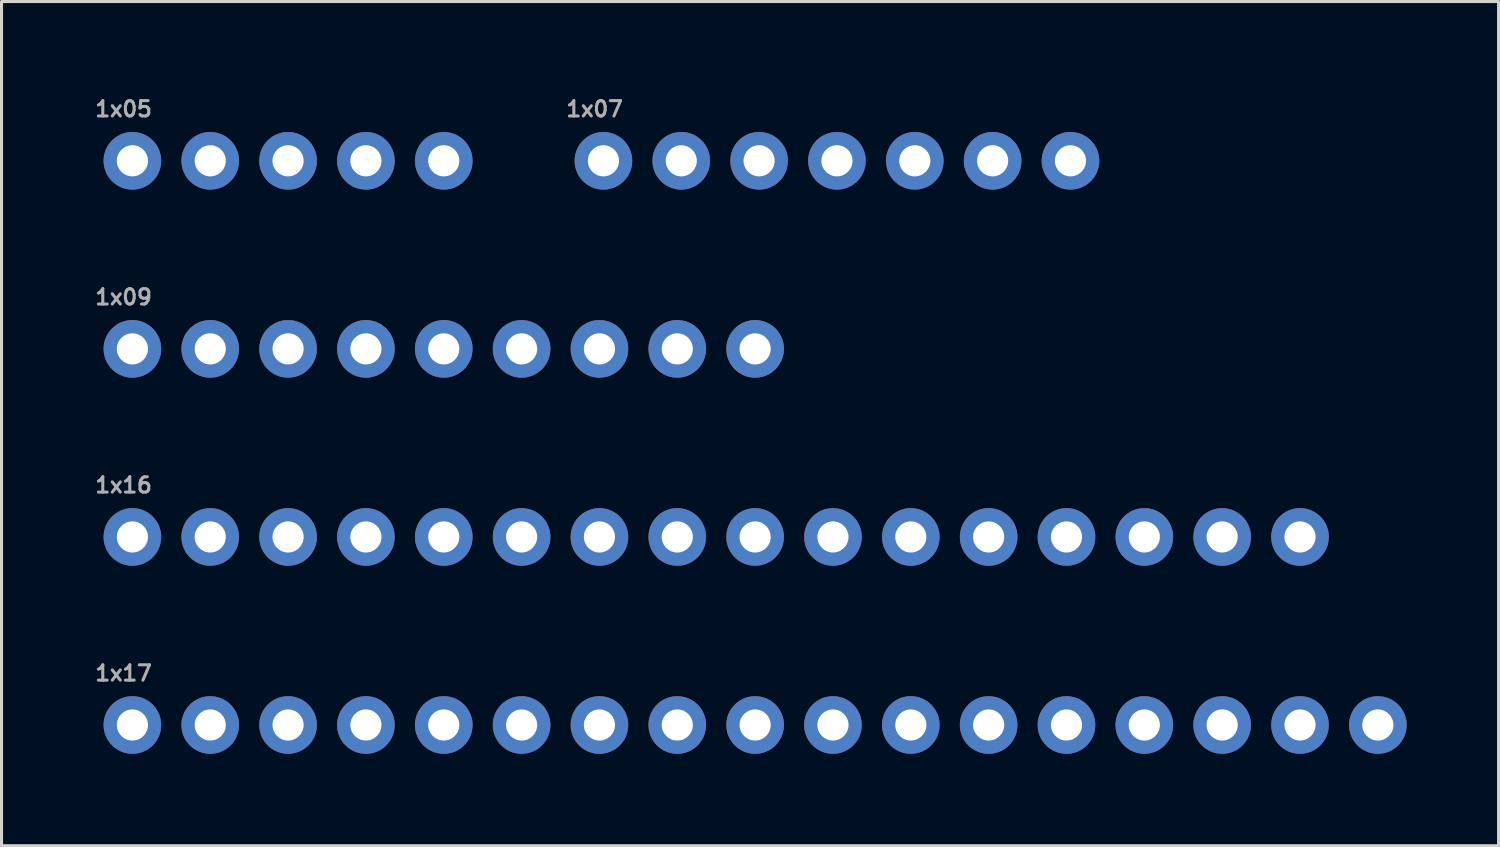
<source format=kicad_pcb>
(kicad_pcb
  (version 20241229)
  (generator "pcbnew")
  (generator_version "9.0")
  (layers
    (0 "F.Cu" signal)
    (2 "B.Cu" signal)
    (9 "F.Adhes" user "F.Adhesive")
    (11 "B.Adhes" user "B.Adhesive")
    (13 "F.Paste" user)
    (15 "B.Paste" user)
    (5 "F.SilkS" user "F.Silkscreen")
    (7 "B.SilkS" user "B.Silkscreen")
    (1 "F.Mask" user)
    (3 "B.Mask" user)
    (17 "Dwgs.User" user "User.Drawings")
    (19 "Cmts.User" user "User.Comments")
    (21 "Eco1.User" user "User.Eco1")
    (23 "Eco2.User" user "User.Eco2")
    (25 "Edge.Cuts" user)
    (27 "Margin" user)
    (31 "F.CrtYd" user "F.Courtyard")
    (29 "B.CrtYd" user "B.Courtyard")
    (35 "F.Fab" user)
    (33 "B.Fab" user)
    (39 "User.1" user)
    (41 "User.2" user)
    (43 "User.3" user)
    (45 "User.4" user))
  (footprint "1x16"
    (layer "F.Cu")
    (at 1.27 14.471)
    (property "Reference" "1x16" (at -1.27 -1.397 0) (layer "F.Fab") (effects (font (size 0.5 0.5) (thickness 0.1)) (justify left bottom)))
    (fp_poly (pts (xy -0.254 0.254) (xy 0.254 0.254) (xy 0.254 -0.254) (xy -0.254 -0.254)) (stroke (width 0.1) (type default)) (fill no) (layer "F.Fab"))
    (fp_poly (pts (xy 2.286 0.254) (xy 2.794 0.254) (xy 2.794 -0.254) (xy 2.286 -0.254)) (stroke (width 0.1) (type default)) (fill no) (layer "F.Fab"))
    (fp_poly (pts (xy 4.826 0.254) (xy 5.334 0.254) (xy 5.334 -0.254) (xy 4.826 -0.254)) (stroke (width 0.1) (type default)) (fill no) (layer "F.Fab"))
    (fp_poly (pts (xy 7.366 0.254) (xy 7.874 0.254) (xy 7.874 -0.254) (xy 7.366 -0.254)) (stroke (width 0.1) (type default)) (fill no) (layer "F.Fab"))
    (fp_poly (pts (xy 9.906 0.254) (xy 10.414 0.254) (xy 10.414 -0.254) (xy 9.906 -0.254)) (stroke (width 0.1) (type default)) (fill no) (layer "F.Fab"))
    (fp_poly (pts (xy 12.446 0.254) (xy 12.954 0.254) (xy 12.954 -0.254) (xy 12.446 -0.254)) (stroke (width 0.1) (type default)) (fill no) (layer "F.Fab"))
    (fp_poly (pts (xy 14.986 0.254) (xy 15.494 0.254) (xy 15.494 -0.254) (xy 14.986 -0.254)) (stroke (width 0.1) (type default)) (fill no) (layer "F.Fab"))
    (fp_poly (pts (xy 17.526 0.254) (xy 18.034 0.254) (xy 18.034 -0.254) (xy 17.526 -0.254)) (stroke (width 0.1) (type default)) (fill no) (layer "F.Fab"))
    (fp_poly (pts (xy 20.066 0.254) (xy 20.574 0.254) (xy 20.574 -0.254) (xy 20.066 -0.254)) (stroke (width 0.1) (type default)) (fill no) (layer "F.Fab"))
    (fp_poly (pts (xy 22.606 0.254) (xy 23.114 0.254) (xy 23.114 -0.254) (xy 22.606 -0.254)) (stroke (width 0.1) (type default)) (fill no) (layer "F.Fab"))
    (fp_poly (pts (xy 25.146 0.254) (xy 25.654 0.254) (xy 25.654 -0.254) (xy 25.146 -0.254)) (stroke (width 0.1) (type default)) (fill no) (layer "F.Fab"))
    (fp_poly (pts (xy 27.686 0.254) (xy 28.194 0.254) (xy 28.194 -0.254) (xy 27.686 -0.254)) (stroke (width 0.1) (type default)) (fill no) (layer "F.Fab"))
    (fp_poly (pts (xy 30.226 0.254) (xy 30.734 0.254) (xy 30.734 -0.254) (xy 30.226 -0.254)) (stroke (width 0.1) (type default)) (fill no) (layer "F.Fab"))
    (fp_poly (pts (xy 32.766 0.254) (xy 33.274 0.254) (xy 33.274 -0.254) (xy 32.766 -0.254)) (stroke (width 0.1) (type default)) (fill no) (layer "F.Fab"))
    (fp_poly (pts (xy 35.306 0.254) (xy 35.814 0.254) (xy 35.814 -0.254) (xy 35.306 -0.254)) (stroke (width 0.1) (type default)) (fill no) (layer "F.Fab"))
    (fp_poly (pts (xy 37.846 0.254) (xy 38.354 0.254) (xy 38.354 -0.254) (xy 37.846 -0.254)) (stroke (width 0.1) (type default)) (fill no) (layer "F.Fab"))
    (pad "1" thru_hole circle (at 0 0 90) (size 1.88 1.88) (drill 1.016) (layers "*.Cu" "*.Mask"))
    (pad "2" thru_hole circle (at 2.54 0 90) (size 1.88 1.88) (drill 1.016) (layers "*.Cu" "*.Mask"))
    (pad "3" thru_hole circle (at 5.08 0 90) (size 1.88 1.88) (drill 1.016) (layers "*.Cu" "*.Mask"))
    (pad "4" thru_hole circle (at 7.62 0 90) (size 1.88 1.88) (drill 1.016) (layers "*.Cu" "*.Mask"))
    (pad "5" thru_hole circle (at 10.16 0 90) (size 1.88 1.88) (drill 1.016) (layers "*.Cu" "*.Mask"))
    (pad "6" thru_hole circle (at 12.7 0 90) (size 1.88 1.88) (drill 1.016) (layers "*.Cu" "*.Mask"))
    (pad "7" thru_hole circle (at 15.24 0 90) (size 1.88 1.88) (drill 1.016) (layers "*.Cu" "*.Mask"))
    (pad "8" thru_hole circle (at 17.78 0 90) (size 1.88 1.88) (drill 1.016) (layers "*.Cu" "*.Mask"))
    (pad "9" thru_hole circle (at 20.32 0 90) (size 1.88 1.88) (drill 1.016) (layers "*.Cu" "*.Mask"))
    (pad "10" thru_hole circle (at 22.86 0 90) (size 1.88 1.88) (drill 1.016) (layers "*.Cu" "*.Mask"))
    (pad "11" thru_hole circle (at 25.4 0 90) (size 1.88 1.88) (drill 1.016) (layers "*.Cu" "*.Mask"))
    (pad "12" thru_hole circle (at 27.94 0 90) (size 1.88 1.88) (drill 1.016) (layers "*.Cu" "*.Mask"))
    (pad "13" thru_hole circle (at 30.48 0 90) (size 1.88 1.88) (drill 1.016) (layers "*.Cu" "*.Mask"))
    (pad "14" thru_hole circle (at 33.02 0 90) (size 1.88 1.88) (drill 1.016) (layers "*.Cu" "*.Mask"))
    (pad "15" thru_hole circle (at 35.56 0 90) (size 1.88 1.88) (drill 1.016) (layers "*.Cu" "*.Mask"))
    (pad "16" thru_hole circle (at 38.1 0 90) (size 1.88 1.88) (drill 1.016) (layers "*.Cu" "*.Mask")))
  (footprint "1x07"
    (layer "F.Cu")
    (at 16.64 2.197)
    (property "Reference" "1x07" (at -1.27 -1.397 0) (layer "F.Fab") (effects (font (size 0.5 0.5) (thickness 0.1)) (justify left bottom)))
    (fp_poly (pts (xy -0.254 0.254) (xy 0.254 0.254) (xy 0.254 -0.254) (xy -0.254 -0.254)) (stroke (width 0.1) (type default)) (fill no) (layer "F.Fab"))
    (fp_poly (pts (xy 2.286 0.254) (xy 2.794 0.254) (xy 2.794 -0.254) (xy 2.286 -0.254)) (stroke (width 0.1) (type default)) (fill no) (layer "F.Fab"))
    (fp_poly (pts (xy 4.826 0.254) (xy 5.334 0.254) (xy 5.334 -0.254) (xy 4.826 -0.254)) (stroke (width 0.1) (type default)) (fill no) (layer "F.Fab"))
    (fp_poly (pts (xy 7.366 0.254) (xy 7.874 0.254) (xy 7.874 -0.254) (xy 7.366 -0.254)) (stroke (width 0.1) (type default)) (fill no) (layer "F.Fab"))
    (fp_poly (pts (xy 9.906 0.254) (xy 10.414 0.254) (xy 10.414 -0.254) (xy 9.906 -0.254)) (stroke (width 0.1) (type default)) (fill no) (layer "F.Fab"))
    (fp_poly (pts (xy 12.446 0.254) (xy 12.954 0.254) (xy 12.954 -0.254) (xy 12.446 -0.254)) (stroke (width 0.1) (type default)) (fill no) (layer "F.Fab"))
    (fp_poly (pts (xy 14.986 0.254) (xy 15.494 0.254) (xy 15.494 -0.254) (xy 14.986 -0.254)) (stroke (width 0.1) (type default)) (fill no) (layer "F.Fab"))
    (pad "1" thru_hole circle (at 0 0 90) (size 1.88 1.88) (drill 1.016) (layers "*.Cu" "*.Mask"))
    (pad "2" thru_hole circle (at 2.54 0 90) (size 1.88 1.88) (drill 1.016) (layers "*.Cu" "*.Mask"))
    (pad "3" thru_hole circle (at 5.08 0 90) (size 1.88 1.88) (drill 1.016) (layers "*.Cu" "*.Mask"))
    (pad "4" thru_hole circle (at 7.62 0 90) (size 1.88 1.88) (drill 1.016) (layers "*.Cu" "*.Mask"))
    (pad "5" thru_hole circle (at 10.16 0 90) (size 1.88 1.88) (drill 1.016) (layers "*.Cu" "*.Mask"))
    (pad "6" thru_hole circle (at 12.7 0 90) (size 1.88 1.88) (drill 1.016) (layers "*.Cu" "*.Mask"))
    (pad "7" thru_hole circle (at 15.24 0 90) (size 1.88 1.88) (drill 1.016) (layers "*.Cu" "*.Mask")))
  (footprint "1x05"
    (layer "F.Cu")
    (at 1.27 2.197)
    (property "Reference" "1x05" (at -1.27 -1.397 0) (layer "F.Fab") (effects (font (size 0.5 0.5) (thickness 0.1)) (justify left bottom)))
    (fp_poly (pts (xy -0.254 0.254) (xy 0.254 0.254) (xy 0.254 -0.254) (xy -0.254 -0.254)) (stroke (width 0.1) (type default)) (fill no) (layer "F.Fab"))
    (fp_poly (pts (xy 2.286 0.254) (xy 2.794 0.254) (xy 2.794 -0.254) (xy 2.286 -0.254)) (stroke (width 0.1) (type default)) (fill no) (layer "F.Fab"))
    (fp_poly (pts (xy 4.826 0.254) (xy 5.334 0.254) (xy 5.334 -0.254) (xy 4.826 -0.254)) (stroke (width 0.1) (type default)) (fill no) (layer "F.Fab"))
    (fp_poly (pts (xy 7.366 0.254) (xy 7.874 0.254) (xy 7.874 -0.254) (xy 7.366 -0.254)) (stroke (width 0.1) (type default)) (fill no) (layer "F.Fab"))
    (fp_poly (pts (xy 9.906 0.254) (xy 10.414 0.254) (xy 10.414 -0.254) (xy 9.906 -0.254)) (stroke (width 0.1) (type default)) (fill no) (layer "F.Fab"))
    (pad "1" thru_hole circle (at 0 0 90) (size 1.88 1.88) (drill 1.016) (layers "*.Cu" "*.Mask"))
    (pad "2" thru_hole circle (at 2.54 0 90) (size 1.88 1.88) (drill 1.016) (layers "*.Cu" "*.Mask"))
    (pad "3" thru_hole circle (at 5.08 0 90) (size 1.88 1.88) (drill 1.016) (layers "*.Cu" "*.Mask"))
    (pad "4" thru_hole circle (at 7.62 0 90) (size 1.88 1.88) (drill 1.016) (layers "*.Cu" "*.Mask"))
    (pad "5" thru_hole circle (at 10.16 0 90) (size 1.88 1.88) (drill 1.016) (layers "*.Cu" "*.Mask")))
  (footprint "1x17"
    (layer "F.Cu")
    (at 1.27 20.607)
    (property "Reference" "1x17" (at -1.27 -1.397 0) (layer "F.Fab") (effects (font (size 0.5 0.5) (thickness 0.1)) (justify left bottom)))
    (fp_poly (pts (xy -0.254 0.254) (xy 0.254 0.254) (xy 0.254 -0.254) (xy -0.254 -0.254)) (stroke (width 0.1) (type default)) (fill no) (layer "F.Fab"))
    (fp_poly (pts (xy 2.286 0.254) (xy 2.794 0.254) (xy 2.794 -0.254) (xy 2.286 -0.254)) (stroke (width 0.1) (type default)) (fill no) (layer "F.Fab"))
    (fp_poly (pts (xy 4.826 0.254) (xy 5.334 0.254) (xy 5.334 -0.254) (xy 4.826 -0.254)) (stroke (width 0.1) (type default)) (fill no) (layer "F.Fab"))
    (fp_poly (pts (xy 7.366 0.254) (xy 7.874 0.254) (xy 7.874 -0.254) (xy 7.366 -0.254)) (stroke (width 0.1) (type default)) (fill no) (layer "F.Fab"))
    (fp_poly (pts (xy 9.906 0.254) (xy 10.414 0.254) (xy 10.414 -0.254) (xy 9.906 -0.254)) (stroke (width 0.1) (type default)) (fill no) (layer "F.Fab"))
    (fp_poly (pts (xy 12.446 0.254) (xy 12.954 0.254) (xy 12.954 -0.254) (xy 12.446 -0.254)) (stroke (width 0.1) (type default)) (fill no) (layer "F.Fab"))
    (fp_poly (pts (xy 14.986 0.254) (xy 15.494 0.254) (xy 15.494 -0.254) (xy 14.986 -0.254)) (stroke (width 0.1) (type default)) (fill no) (layer "F.Fab"))
    (fp_poly (pts (xy 17.526 0.254) (xy 18.034 0.254) (xy 18.034 -0.254) (xy 17.526 -0.254)) (stroke (width 0.1) (type default)) (fill no) (layer "F.Fab"))
    (fp_poly (pts (xy 20.066 0.254) (xy 20.574 0.254) (xy 20.574 -0.254) (xy 20.066 -0.254)) (stroke (width 0.1) (type default)) (fill no) (layer "F.Fab"))
    (fp_poly (pts (xy 22.606 0.254) (xy 23.114 0.254) (xy 23.114 -0.254) (xy 22.606 -0.254)) (stroke (width 0.1) (type default)) (fill no) (layer "F.Fab"))
    (fp_poly (pts (xy 25.146 0.254) (xy 25.654 0.254) (xy 25.654 -0.254) (xy 25.146 -0.254)) (stroke (width 0.1) (type default)) (fill no) (layer "F.Fab"))
    (fp_poly (pts (xy 27.686 0.254) (xy 28.194 0.254) (xy 28.194 -0.254) (xy 27.686 -0.254)) (stroke (width 0.1) (type default)) (fill no) (layer "F.Fab"))
    (fp_poly (pts (xy 30.226 0.254) (xy 30.734 0.254) (xy 30.734 -0.254) (xy 30.226 -0.254)) (stroke (width 0.1) (type default)) (fill no) (layer "F.Fab"))
    (fp_poly (pts (xy 32.766 0.254) (xy 33.274 0.254) (xy 33.274 -0.254) (xy 32.766 -0.254)) (stroke (width 0.1) (type default)) (fill no) (layer "F.Fab"))
    (fp_poly (pts (xy 35.306 0.254) (xy 35.814 0.254) (xy 35.814 -0.254) (xy 35.306 -0.254)) (stroke (width 0.1) (type default)) (fill no) (layer "F.Fab"))
    (fp_poly (pts (xy 37.846 0.254) (xy 38.354 0.254) (xy 38.354 -0.254) (xy 37.846 -0.254)) (stroke (width 0.1) (type default)) (fill no) (layer "F.Fab"))
    (fp_poly (pts (xy 40.386 0.254) (xy 40.894 0.254) (xy 40.894 -0.254) (xy 40.386 -0.254)) (stroke (width 0.1) (type default)) (fill no) (layer "F.Fab"))
    (pad "1" thru_hole circle (at 0 0 90) (size 1.88 1.88) (drill 1.016) (layers "*.Cu" "*.Mask"))
    (pad "2" thru_hole circle (at 2.54 0 90) (size 1.88 1.88) (drill 1.016) (layers "*.Cu" "*.Mask"))
    (pad "3" thru_hole circle (at 5.08 0 90) (size 1.88 1.88) (drill 1.016) (layers "*.Cu" "*.Mask"))
    (pad "4" thru_hole circle (at 7.62 0 90) (size 1.88 1.88) (drill 1.016) (layers "*.Cu" "*.Mask"))
    (pad "5" thru_hole circle (at 10.16 0 90) (size 1.88 1.88) (drill 1.016) (layers "*.Cu" "*.Mask"))
    (pad "6" thru_hole circle (at 12.7 0 90) (size 1.88 1.88) (drill 1.016) (layers "*.Cu" "*.Mask"))
    (pad "7" thru_hole circle (at 15.24 0 90) (size 1.88 1.88) (drill 1.016) (layers "*.Cu" "*.Mask"))
    (pad "8" thru_hole circle (at 17.78 0 90) (size 1.88 1.88) (drill 1.016) (layers "*.Cu" "*.Mask"))
    (pad "9" thru_hole circle (at 20.32 0 90) (size 1.88 1.88) (drill 1.016) (layers "*.Cu" "*.Mask"))
    (pad "10" thru_hole circle (at 22.86 0 90) (size 1.88 1.88) (drill 1.016) (layers "*.Cu" "*.Mask"))
    (pad "11" thru_hole circle (at 25.4 0 90) (size 1.88 1.88) (drill 1.016) (layers "*.Cu" "*.Mask"))
    (pad "12" thru_hole circle (at 27.94 0 90) (size 1.88 1.88) (drill 1.016) (layers "*.Cu" "*.Mask"))
    (pad "13" thru_hole circle (at 30.48 0 90) (size 1.88 1.88) (drill 1.016) (layers "*.Cu" "*.Mask"))
    (pad "14" thru_hole circle (at 33.02 0 90) (size 1.88 1.88) (drill 1.016) (layers "*.Cu" "*.Mask"))
    (pad "15" thru_hole circle (at 35.56 0 90) (size 1.88 1.88) (drill 1.016) (layers "*.Cu" "*.Mask"))
    (pad "16" thru_hole circle (at 38.1 0 90) (size 1.88 1.88) (drill 1.016) (layers "*.Cu" "*.Mask"))
    (pad "17" thru_hole circle (at 40.64 0 90) (size 1.88 1.88) (drill 1.016) (layers "*.Cu" "*.Mask")))
  (footprint "1x09"
    (layer "F.Cu")
    (at 1.27 8.334)
    (property "Reference" "1x09" (at -1.27 -1.397 0) (layer "F.Fab") (effects (font (size 0.5 0.5) (thickness 0.1)) (justify left bottom)))
    (fp_poly (pts (xy -0.254 0.254) (xy 0.254 0.254) (xy 0.254 -0.254) (xy -0.254 -0.254)) (stroke (width 0.1) (type default)) (fill no) (layer "F.Fab"))
    (fp_poly (pts (xy 2.286 0.254) (xy 2.794 0.254) (xy 2.794 -0.254) (xy 2.286 -0.254)) (stroke (width 0.1) (type default)) (fill no) (layer "F.Fab"))
    (fp_poly (pts (xy 4.826 0.254) (xy 5.334 0.254) (xy 5.334 -0.254) (xy 4.826 -0.254)) (stroke (width 0.1) (type default)) (fill no) (layer "F.Fab"))
    (fp_poly (pts (xy 7.366 0.254) (xy 7.874 0.254) (xy 7.874 -0.254) (xy 7.366 -0.254)) (stroke (width 0.1) (type default)) (fill no) (layer "F.Fab"))
    (fp_poly (pts (xy 9.906 0.254) (xy 10.414 0.254) (xy 10.414 -0.254) (xy 9.906 -0.254)) (stroke (width 0.1) (type default)) (fill no) (layer "F.Fab"))
    (fp_poly (pts (xy 12.446 0.254) (xy 12.954 0.254) (xy 12.954 -0.254) (xy 12.446 -0.254)) (stroke (width 0.1) (type default)) (fill no) (layer "F.Fab"))
    (fp_poly (pts (xy 14.986 0.254) (xy 15.494 0.254) (xy 15.494 -0.254) (xy 14.986 -0.254)) (stroke (width 0.1) (type default)) (fill no) (layer "F.Fab"))
    (fp_poly (pts (xy 17.526 0.254) (xy 18.034 0.254) (xy 18.034 -0.254) (xy 17.526 -0.254)) (stroke (width 0.1) (type default)) (fill no) (layer "F.Fab"))
    (fp_poly (pts (xy 20.066 0.254) (xy 20.574 0.254) (xy 20.574 -0.254) (xy 20.066 -0.254)) (stroke (width 0.1) (type default)) (fill no) (layer "F.Fab"))
    (pad "1" thru_hole circle (at 0 0 90) (size 1.88 1.88) (drill 1.016) (layers "*.Cu" "*.Mask"))
    (pad "2" thru_hole circle (at 2.54 0 90) (size 1.88 1.88) (drill 1.016) (layers "*.Cu" "*.Mask"))
    (pad "3" thru_hole circle (at 5.08 0 90) (size 1.88 1.88) (drill 1.016) (layers "*.Cu" "*.Mask"))
    (pad "4" thru_hole circle (at 7.62 0 90) (size 1.88 1.88) (drill 1.016) (layers "*.Cu" "*.Mask"))
    (pad "5" thru_hole circle (at 10.16 0 90) (size 1.88 1.88) (drill 1.016) (layers "*.Cu" "*.Mask"))
    (pad "6" thru_hole circle (at 12.7 0 90) (size 1.88 1.88) (drill 1.016) (layers "*.Cu" "*.Mask"))
    (pad "7" thru_hole circle (at 15.24 0 90) (size 1.88 1.88) (drill 1.016) (layers "*.Cu" "*.Mask"))
    (pad "8" thru_hole circle (at 17.78 0 90) (size 1.88 1.88) (drill 1.016) (layers "*.Cu" "*.Mask"))
    (pad "9" thru_hole circle (at 20.32 0 90) (size 1.88 1.88) (drill 1.016) (layers "*.Cu" "*.Mask")))
  (gr_rect
    (start -3 -3)
    (end 45.85 24.547)
    (stroke (width 0.1) (type default))
    (fill no)
    (layer "Edge.Cuts")))
</source>
